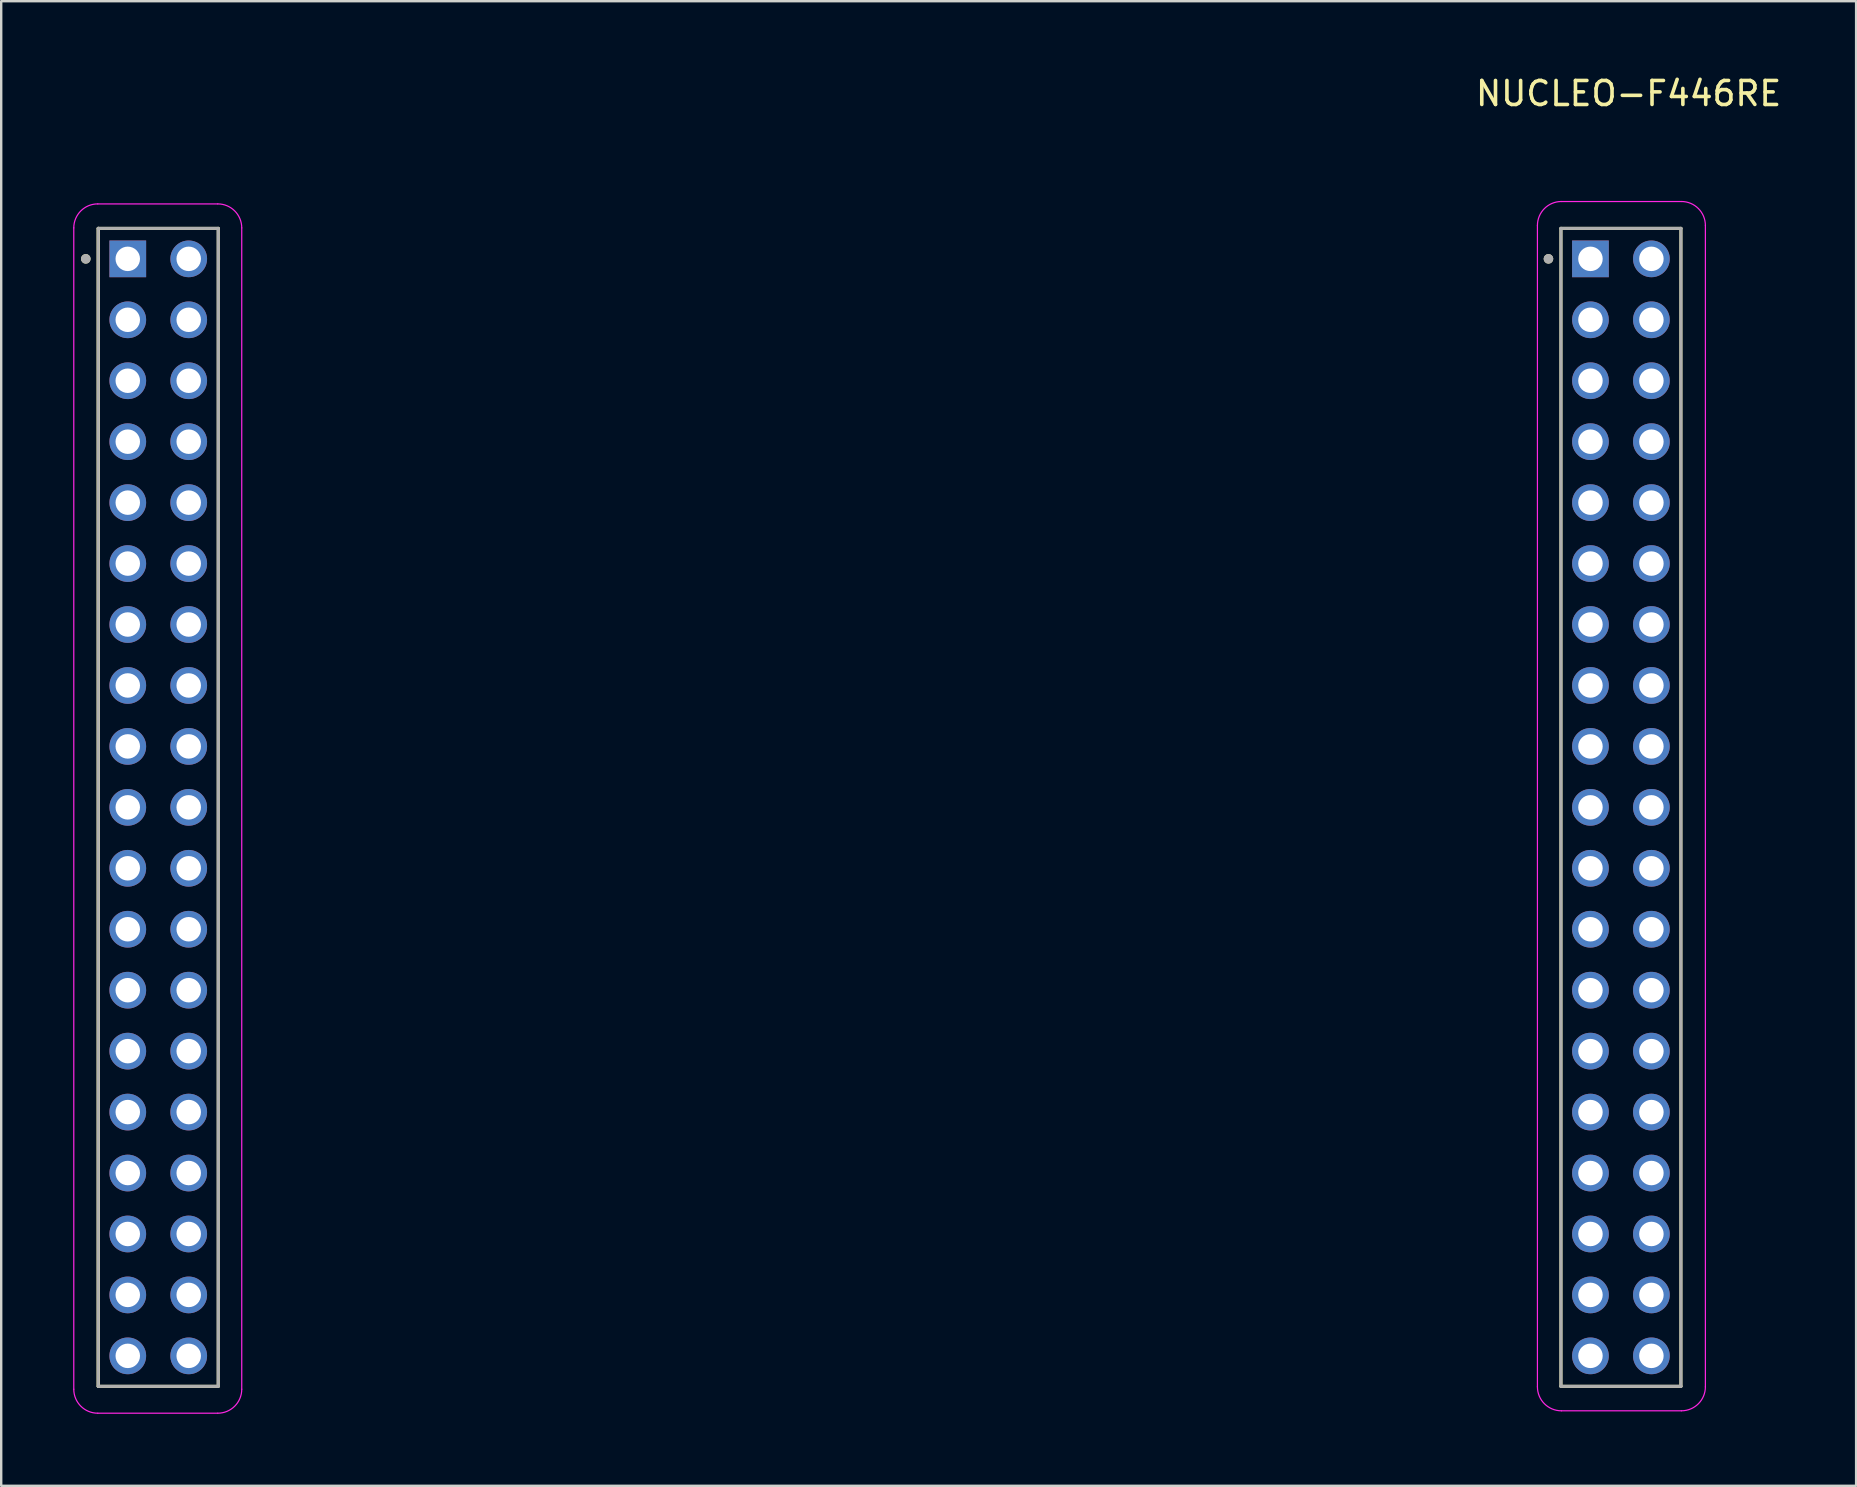
<source format=kicad_pcb>
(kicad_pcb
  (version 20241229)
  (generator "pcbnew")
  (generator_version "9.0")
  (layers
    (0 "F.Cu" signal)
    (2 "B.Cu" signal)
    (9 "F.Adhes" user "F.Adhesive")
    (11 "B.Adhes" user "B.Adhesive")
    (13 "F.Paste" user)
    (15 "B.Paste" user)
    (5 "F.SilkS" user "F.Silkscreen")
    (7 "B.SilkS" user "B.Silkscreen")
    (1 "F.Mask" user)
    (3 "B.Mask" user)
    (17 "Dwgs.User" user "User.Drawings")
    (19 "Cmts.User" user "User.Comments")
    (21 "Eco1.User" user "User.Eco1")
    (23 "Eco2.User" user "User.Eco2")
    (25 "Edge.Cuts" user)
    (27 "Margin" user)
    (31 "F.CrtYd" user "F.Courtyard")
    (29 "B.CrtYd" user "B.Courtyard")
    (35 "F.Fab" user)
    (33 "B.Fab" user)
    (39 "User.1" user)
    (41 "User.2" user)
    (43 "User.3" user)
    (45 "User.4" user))
  (footprint "NUCLEO-F446RE"
    (layer "F.Cu")
    (at 34.025 17.248)
    (property "Reference" "NUCLEO-F446RE" (at 30.8 -16.4 0) (layer "F.SilkS") (effects (font (size 1 1) (thickness 0.15))))
    (attr through_hole)
    (fp_line (start -32.98 -10.78) (end -32.98 37.48) (stroke (width 0.127) (type solid)) (layer "F.SilkS"))
    (fp_line (start -32.98 -10.78) (end -32.98 37.48) (stroke (width 0.127) (type solid)) (layer "F.SilkS"))
    (fp_line (start -32.98 37.48) (end -27.98 37.48) (stroke (width 0.127) (type solid)) (layer "F.SilkS"))
    (fp_line (start -27.98 -10.78) (end -32.98 -10.78) (stroke (width 0.127) (type solid)) (layer "F.SilkS"))
    (fp_line (start -27.98 37.48) (end -27.98 -10.78) (stroke (width 0.127) (type solid)) (layer "F.SilkS"))
    (fp_line (start 27.98 -10.78) (end 27.98 37.48) (stroke (width 0.127) (type solid)) (layer "F.SilkS"))
    (fp_line (start 32.98 -10.78) (end 27.98 -10.78) (stroke (width 0.127) (type solid)) (layer "F.SilkS"))
    (fp_line (start 32.98 -10.78) (end 32.98 37.48) (stroke (width 0.127) (type solid)) (layer "F.SilkS"))
    (fp_line (start 32.98 37.48) (end 27.98 37.48) (stroke (width 0.127) (type solid)) (layer "F.SilkS"))
    (fp_circle (center -33.5 -9.51) (end -33.4 -9.51) (stroke (width 0.2) (type solid)) (fill no) (layer "F.SilkS"))
    (fp_circle (center 27.46 -9.51) (end 27.56 -9.51) (stroke (width 0.2) (type solid)) (fill no) (layer "F.SilkS"))
    (fp_line (start -34 -10.8) (end -34 37.6) (stroke (width 0.05) (type default)) (layer "F.CrtYd"))
    (fp_line (start -33 -11.8) (end -28 -11.8) (stroke (width 0.05) (type default)) (layer "F.CrtYd"))
    (fp_line (start -33 38.6) (end -28 38.6) (stroke (width 0.05) (type default)) (layer "F.CrtYd"))
    (fp_line (start -27 -10.8) (end -27 37.6) (stroke (width 0.05) (type default)) (layer "F.CrtYd"))
    (fp_line (start 27 -10.9) (end 27 37.5) (stroke (width 0.05) (type default)) (layer "F.CrtYd"))
    (fp_line (start 28 -11.9) (end 33 -11.9) (stroke (width 0.05) (type default)) (layer "F.CrtYd"))
    (fp_line (start 28 38.5) (end 33 38.5) (stroke (width 0.05) (type default)) (layer "F.CrtYd"))
    (fp_line (start 34 -10.9) (end 34 37.5) (stroke (width 0.05) (type default)) (layer "F.CrtYd"))
    (fp_arc (start -34 -10.8) (mid -33.707107 -11.507107) (end -33 -11.8) (stroke (width 0.05) (type default)) (layer "F.CrtYd"))
    (fp_arc (start -33 38.6) (mid -33.707107 38.307107) (end -34 37.6) (stroke (width 0.05) (type default)) (layer "F.CrtYd"))
    (fp_arc (start -28 -11.8) (mid -27.292893 -11.507107) (end -27 -10.8) (stroke (width 0.05) (type default)) (layer "F.CrtYd"))
    (fp_arc (start -27 37.6) (mid -27.292893 38.307107) (end -28 38.6) (stroke (width 0.05) (type default)) (layer "F.CrtYd"))
    (fp_arc (start 27 -10.9) (mid 27.292893 -11.607107) (end 28 -11.9) (stroke (width 0.05) (type default)) (layer "F.CrtYd"))
    (fp_arc (start 28 38.5) (mid 27.292893 38.207107) (end 27 37.5) (stroke (width 0.05) (type default)) (layer "F.CrtYd"))
    (fp_arc (start 33 -11.9) (mid 33.707107 -11.607107) (end 34 -10.9) (stroke (width 0.05) (type default)) (layer "F.CrtYd"))
    (fp_arc (start 34 37.5) (mid 33.707107 38.207107) (end 33 38.5) (stroke (width 0.05) (type default)) (layer "F.CrtYd"))
    (fp_line (start -32.98 -10.78) (end -32.98 37.48) (stroke (width 0.127) (type solid)) (layer "F.Fab"))
    (fp_line (start -32.98 37.48) (end -27.98 37.48) (stroke (width 0.127) (type solid)) (layer "F.Fab"))
    (fp_line (start -27.98 -10.78) (end -32.98 -10.78) (stroke (width 0.127) (type solid)) (layer "F.Fab"))
    (fp_line (start -27.98 37.48) (end -27.98 -10.78) (stroke (width 0.127) (type solid)) (layer "F.Fab"))
    (fp_line (start 27.98 37.48) (end 27.98 -10.78) (stroke (width 0.127) (type solid)) (layer "F.Fab"))
    (fp_line (start 27.98 37.48) (end 32.98 37.48) (stroke (width 0.127) (type solid)) (layer "F.Fab"))
    (fp_line (start 32.98 -10.78) (end 27.98 -10.78) (stroke (width 0.127) (type solid)) (layer "F.Fab"))
    (fp_line (start 32.98 37.48) (end 32.98 -10.78) (stroke (width 0.127) (type solid)) (layer "F.Fab"))
    (fp_circle (center -33.5 -9.51) (end -33.4 -9.51) (stroke (width 0.2) (type solid)) (fill no) (layer "F.Fab"))
    (fp_circle (center 27.46 -9.51) (end 27.56 -9.51) (stroke (width 0.2) (type solid)) (fill no) (layer "F.Fab"))
    (pad "CN7_1" thru_hole rect (at -31.75 -9.51) (size 1.53 1.53) (drill 1.02) (layers "*.Cu" "*.Mask"))
    (pad "CN7_2" thru_hole circle (at -29.21 -9.51) (size 1.53 1.53) (drill 1.02) (layers "*.Cu" "*.Mask"))
    (pad "CN7_3" thru_hole circle (at -31.75 -6.97) (size 1.53 1.53) (drill 1.02) (layers "*.Cu" "*.Mask"))
    (pad "CN7_4" thru_hole circle (at -29.21 -6.97) (size 1.53 1.53) (drill 1.02) (layers "*.Cu" "*.Mask"))
    (pad "CN7_5" thru_hole circle (at -31.75 -4.43) (size 1.53 1.53) (drill 1.02) (layers "*.Cu" "*.Mask"))
    (pad "CN7_6" thru_hole circle (at -29.21 -4.43) (size 1.53 1.53) (drill 1.02) (layers "*.Cu" "*.Mask"))
    (pad "CN7_7" thru_hole circle (at -31.75 -1.89) (size 1.53 1.53) (drill 1.02) (layers "*.Cu" "*.Mask"))
    (pad "CN7_8" thru_hole circle (at -29.21 -1.89) (size 1.53 1.53) (drill 1.02) (layers "*.Cu" "*.Mask"))
    (pad "CN7_9" thru_hole circle (at -31.75 0.65) (size 1.53 1.53) (drill 1.02) (layers "*.Cu" "*.Mask"))
    (pad "CN7_10" thru_hole circle (at -29.21 0.65) (size 1.53 1.53) (drill 1.02) (layers "*.Cu" "*.Mask"))
    (pad "CN7_11" thru_hole circle (at -31.75 3.19) (size 1.53 1.53) (drill 1.02) (layers "*.Cu" "*.Mask"))
    (pad "CN7_12" thru_hole circle (at -29.21 3.19) (size 1.53 1.53) (drill 1.02) (layers "*.Cu" "*.Mask"))
    (pad "CN7_13" thru_hole circle (at -31.75 5.73) (size 1.53 1.53) (drill 1.02) (layers "*.Cu" "*.Mask"))
    (pad "CN7_14" thru_hole circle (at -29.21 5.73) (size 1.53 1.53) (drill 1.02) (layers "*.Cu" "*.Mask"))
    (pad "CN7_15" thru_hole circle (at -31.75 8.27) (size 1.53 1.53) (drill 1.02) (layers "*.Cu" "*.Mask"))
    (pad "CN7_16" thru_hole circle (at -29.21 8.27) (size 1.53 1.53) (drill 1.02) (layers "*.Cu" "*.Mask"))
    (pad "CN7_17" thru_hole circle (at -31.75 10.81) (size 1.53 1.53) (drill 1.02) (layers "*.Cu" "*.Mask"))
    (pad "CN7_18" thru_hole circle (at -29.21 10.81) (size 1.53 1.53) (drill 1.02) (layers "*.Cu" "*.Mask"))
    (pad "CN7_19" thru_hole circle (at -31.75 13.35) (size 1.53 1.53) (drill 1.02) (layers "*.Cu" "*.Mask"))
    (pad "CN7_20" thru_hole circle (at -29.21 13.35) (size 1.53 1.53) (drill 1.02) (layers "*.Cu" "*.Mask"))
    (pad "CN7_21" thru_hole circle (at -31.75 15.89) (size 1.53 1.53) (drill 1.02) (layers "*.Cu" "*.Mask"))
    (pad "CN7_22" thru_hole circle (at -29.21 15.89) (size 1.53 1.53) (drill 1.02) (layers "*.Cu" "*.Mask"))
    (pad "CN7_23" thru_hole circle (at -31.75 18.43) (size 1.53 1.53) (drill 1.02) (layers "*.Cu" "*.Mask"))
    (pad "CN7_24" thru_hole circle (at -29.21 18.43) (size 1.53 1.53) (drill 1.02) (layers "*.Cu" "*.Mask"))
    (pad "CN7_25" thru_hole circle (at -31.75 20.97) (size 1.53 1.53) (drill 1.02) (layers "*.Cu" "*.Mask"))
    (pad "CN7_26" thru_hole circle (at -29.21 20.97) (size 1.53 1.53) (drill 1.02) (layers "*.Cu" "*.Mask"))
    (pad "CN7_27" thru_hole circle (at -31.75 23.51) (size 1.53 1.53) (drill 1.02) (layers "*.Cu" "*.Mask"))
    (pad "CN7_28" thru_hole circle (at -29.21 23.51) (size 1.53 1.53) (drill 1.02) (layers "*.Cu" "*.Mask"))
    (pad "CN7_29" thru_hole circle (at -31.75 26.05) (size 1.53 1.53) (drill 1.02) (layers "*.Cu" "*.Mask"))
    (pad "CN7_30" thru_hole circle (at -29.21 26.05) (size 1.53 1.53) (drill 1.02) (layers "*.Cu" "*.Mask"))
    (pad "CN7_31" thru_hole circle (at -31.75 28.59) (size 1.53 1.53) (drill 1.02) (layers "*.Cu" "*.Mask"))
    (pad "CN7_32" thru_hole circle (at -29.21 28.59) (size 1.53 1.53) (drill 1.02) (layers "*.Cu" "*.Mask"))
    (pad "CN7_33" thru_hole circle (at -31.75 31.13) (size 1.53 1.53) (drill 1.02) (layers "*.Cu" "*.Mask"))
    (pad "CN7_34" thru_hole circle (at -29.21 31.13) (size 1.53 1.53) (drill 1.02) (layers "*.Cu" "*.Mask"))
    (pad "CN7_35" thru_hole circle (at -31.75 33.67) (size 1.53 1.53) (drill 1.02) (layers "*.Cu" "*.Mask"))
    (pad "CN7_36" thru_hole circle (at -29.21 33.67) (size 1.53 1.53) (drill 1.02) (layers "*.Cu" "*.Mask"))
    (pad "CN7_37" thru_hole circle (at -31.75 36.21) (size 1.53 1.53) (drill 1.02) (layers "*.Cu" "*.Mask"))
    (pad "CN7_38" thru_hole circle (at -29.21 36.21) (size 1.53 1.53) (drill 1.02) (layers "*.Cu" "*.Mask"))
    (pad "CN10_1" thru_hole rect (at 29.21 -9.51) (size 1.53 1.53) (drill 1.02) (layers "*.Cu" "*.Mask"))
    (pad "CN10_2" thru_hole circle (at 31.75 -9.51) (size 1.53 1.53) (drill 1.02) (layers "*.Cu" "*.Mask"))
    (pad "CN10_3" thru_hole circle (at 29.21 -6.97) (size 1.53 1.53) (drill 1.02) (layers "*.Cu" "*.Mask"))
    (pad "CN10_4" thru_hole circle (at 31.75 -6.97) (size 1.53 1.53) (drill 1.02) (layers "*.Cu" "*.Mask"))
    (pad "CN10_5" thru_hole circle (at 29.21 -4.43) (size 1.53 1.53) (drill 1.02) (layers "*.Cu" "*.Mask"))
    (pad "CN10_6" thru_hole circle (at 31.75 -4.43) (size 1.53 1.53) (drill 1.02) (layers "*.Cu" "*.Mask"))
    (pad "CN10_7" thru_hole circle (at 29.21 -1.89) (size 1.53 1.53) (drill 1.02) (layers "*.Cu" "*.Mask"))
    (pad "CN10_8" thru_hole circle (at 31.75 -1.89) (size 1.53 1.53) (drill 1.02) (layers "*.Cu" "*.Mask"))
    (pad "CN10_9" thru_hole circle (at 29.21 0.65) (size 1.53 1.53) (drill 1.02) (layers "*.Cu" "*.Mask"))
    (pad "CN10_10" thru_hole circle (at 31.75 0.65) (size 1.53 1.53) (drill 1.02) (layers "*.Cu" "*.Mask"))
    (pad "CN10_11" thru_hole circle (at 29.21 3.19) (size 1.53 1.53) (drill 1.02) (layers "*.Cu" "*.Mask"))
    (pad "CN10_12" thru_hole circle (at 31.75 3.19) (size 1.53 1.53) (drill 1.02) (layers "*.Cu" "*.Mask"))
    (pad "CN10_13" thru_hole circle (at 29.21 5.73) (size 1.53 1.53) (drill 1.02) (layers "*.Cu" "*.Mask"))
    (pad "CN10_14" thru_hole circle (at 31.75 5.73) (size 1.53 1.53) (drill 1.02) (layers "*.Cu" "*.Mask"))
    (pad "CN10_15" thru_hole circle (at 29.21 8.27) (size 1.53 1.53) (drill 1.02) (layers "*.Cu" "*.Mask"))
    (pad "CN10_16" thru_hole circle (at 31.75 8.27) (size 1.53 1.53) (drill 1.02) (layers "*.Cu" "*.Mask"))
    (pad "CN10_17" thru_hole circle (at 29.21 10.81) (size 1.53 1.53) (drill 1.02) (layers "*.Cu" "*.Mask"))
    (pad "CN10_18" thru_hole circle (at 31.75 10.81) (size 1.53 1.53) (drill 1.02) (layers "*.Cu" "*.Mask"))
    (pad "CN10_19" thru_hole circle (at 29.21 13.35) (size 1.53 1.53) (drill 1.02) (layers "*.Cu" "*.Mask"))
    (pad "CN10_20" thru_hole circle (at 31.75 13.35) (size 1.53 1.53) (drill 1.02) (layers "*.Cu" "*.Mask"))
    (pad "CN10_21" thru_hole circle (at 29.21 15.89) (size 1.53 1.53) (drill 1.02) (layers "*.Cu" "*.Mask"))
    (pad "CN10_22" thru_hole circle (at 31.75 15.89) (size 1.53 1.53) (drill 1.02) (layers "*.Cu" "*.Mask"))
    (pad "CN10_23" thru_hole circle (at 29.21 18.43) (size 1.53 1.53) (drill 1.02) (layers "*.Cu" "*.Mask"))
    (pad "CN10_24" thru_hole circle (at 31.75 18.43) (size 1.53 1.53) (drill 1.02) (layers "*.Cu" "*.Mask"))
    (pad "CN10_25" thru_hole circle (at 29.21 20.97) (size 1.53 1.53) (drill 1.02) (layers "*.Cu" "*.Mask"))
    (pad "CN10_26" thru_hole circle (at 31.75 20.97) (size 1.53 1.53) (drill 1.02) (layers "*.Cu" "*.Mask"))
    (pad "CN10_27" thru_hole circle (at 29.21 23.51) (size 1.53 1.53) (drill 1.02) (layers "*.Cu" "*.Mask"))
    (pad "CN10_28" thru_hole circle (at 31.75 23.51) (size 1.53 1.53) (drill 1.02) (layers "*.Cu" "*.Mask"))
    (pad "CN10_29" thru_hole circle (at 29.21 26.05) (size 1.53 1.53) (drill 1.02) (layers "*.Cu" "*.Mask"))
    (pad "CN10_30" thru_hole circle (at 31.75 26.05) (size 1.53 1.53) (drill 1.02) (layers "*.Cu" "*.Mask"))
    (pad "CN10_31" thru_hole circle (at 29.21 28.59) (size 1.53 1.53) (drill 1.02) (layers "*.Cu" "*.Mask"))
    (pad "CN10_32" thru_hole circle (at 31.75 28.59) (size 1.53 1.53) (drill 1.02) (layers "*.Cu" "*.Mask"))
    (pad "CN10_33" thru_hole circle (at 29.21 31.13) (size 1.53 1.53) (drill 1.02) (layers "*.Cu" "*.Mask"))
    (pad "CN10_34" thru_hole circle (at 31.75 31.13) (size 1.53 1.53) (drill 1.02) (layers "*.Cu" "*.Mask"))
    (pad "CN10_35" thru_hole circle (at 29.21 33.67) (size 1.53 1.53) (drill 1.02) (layers "*.Cu" "*.Mask"))
    (pad "CN10_36" thru_hole circle (at 31.75 33.67) (size 1.53 1.53) (drill 1.02) (layers "*.Cu" "*.Mask"))
    (pad "CN10_37" thru_hole circle (at 29.21 36.21) (size 1.53 1.53) (drill 1.02) (layers "*.Cu" "*.Mask"))
    (pad "CN10_38" thru_hole circle (at 31.75 36.21) (size 1.53 1.53) (drill 1.02) (layers "*.Cu" "*.Mask")))
  (gr_rect
    (start -3 -3)
    (end 74.307 58.873)
    (stroke (width 0.1) (type default))
    (fill no)
    (layer "Edge.Cuts")))
</source>
